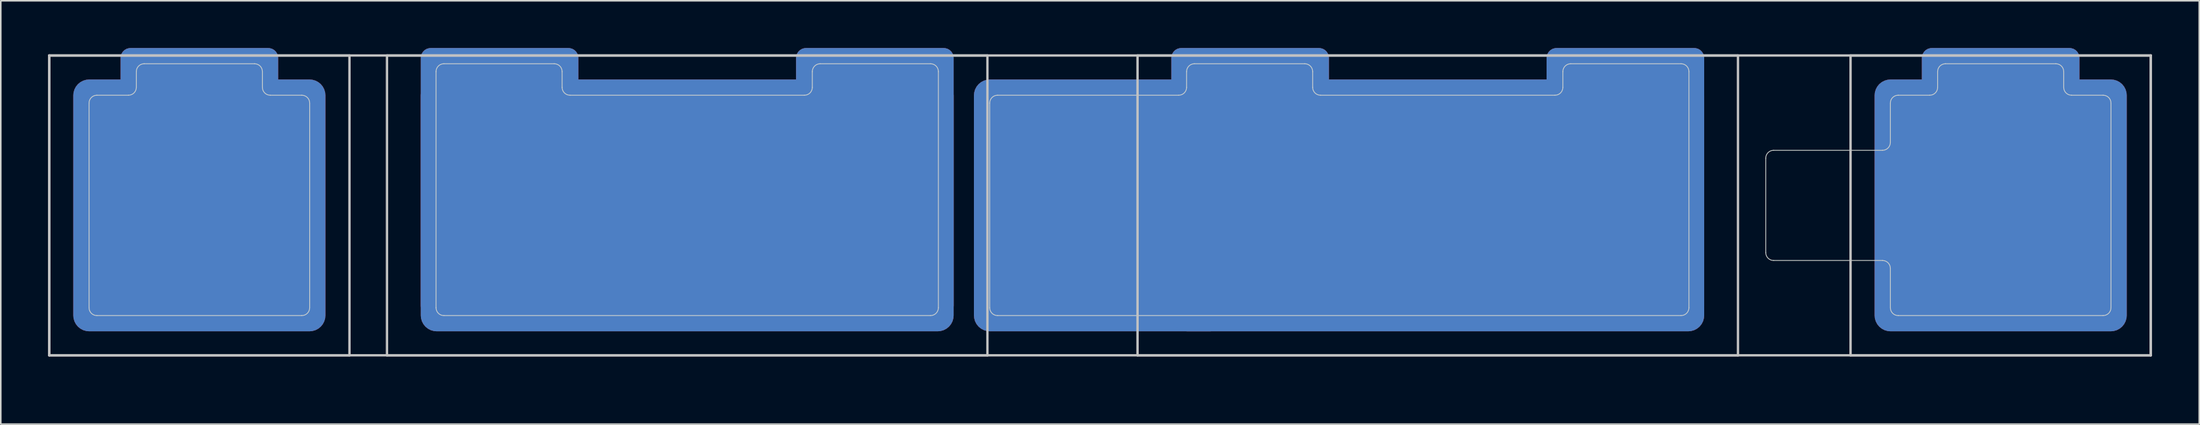
<source format=kicad_pcb>
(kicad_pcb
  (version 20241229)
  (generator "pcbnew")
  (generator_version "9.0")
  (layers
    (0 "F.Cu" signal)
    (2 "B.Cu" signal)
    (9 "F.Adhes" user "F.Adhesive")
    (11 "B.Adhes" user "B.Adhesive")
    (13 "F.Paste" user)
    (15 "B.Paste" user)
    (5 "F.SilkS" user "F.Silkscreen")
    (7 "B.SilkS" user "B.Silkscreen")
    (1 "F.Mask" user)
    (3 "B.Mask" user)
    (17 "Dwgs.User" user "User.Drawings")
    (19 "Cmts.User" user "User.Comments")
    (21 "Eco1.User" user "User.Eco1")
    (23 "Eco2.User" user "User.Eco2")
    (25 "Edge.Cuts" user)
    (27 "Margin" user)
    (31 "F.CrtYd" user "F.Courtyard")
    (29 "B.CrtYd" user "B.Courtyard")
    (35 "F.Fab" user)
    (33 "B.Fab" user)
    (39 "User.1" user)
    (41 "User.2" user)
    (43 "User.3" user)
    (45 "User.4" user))
  (footprint "MX_Cutout_7u_1u-2.25u-2.75u-1u"
    (layer "F.Cu")
    (at 66.75 10)
    (property "Reference" "MX_Cutout_7u_1u-2.25u-2.75u-1u" (at 0.25 10.05 0) (layer "Eco2.User") (effects (font (size 1 1) (thickness 0.15))))
    (fp_line (start -66.675 -9.525) (end -66.675 9.525) (stroke (width 0.15) (type solid)) (layer "Dwgs.User"))
    (fp_line (start -66.675 -9.525) (end -47.625 -9.525) (stroke (width 0.15) (type solid)) (layer "Dwgs.User"))
    (fp_line (start -66.675 -9.525) (end 66.675 -9.525) (stroke (width 0.15) (type solid)) (layer "Dwgs.User"))
    (fp_line (start -66.675 9.525) (end -66.675 -9.525) (stroke (width 0.15) (type solid)) (layer "Dwgs.User"))
    (fp_line (start -66.675 9.525) (end 66.675 9.525) (stroke (width 0.15) (type solid)) (layer "Dwgs.User"))
    (fp_line (start -47.625 -9.525) (end -47.625 9.525) (stroke (width 0.15) (type solid)) (layer "Dwgs.User"))
    (fp_line (start -47.625 9.525) (end -66.675 9.525) (stroke (width 0.15) (type solid)) (layer "Dwgs.User"))
    (fp_line (start -45.244 9.525) (end -45.244 -9.525) (stroke (width 0.15) (type solid)) (layer "Dwgs.User"))
    (fp_line (start -7.144 -9.525) (end -45.244 -9.525) (stroke (width 0.15) (type solid)) (layer "Dwgs.User"))
    (fp_line (start -7.144 9.525) (end -45.244 9.525) (stroke (width 0.15) (type solid)) (layer "Dwgs.User"))
    (fp_line (start -7.144 9.525) (end -7.144 -9.525) (stroke (width 0.15) (type solid)) (layer "Dwgs.User"))
    (fp_line (start 2.381 9.525) (end 2.381 -9.525) (stroke (width 0.15) (type solid)) (layer "Dwgs.User"))
    (fp_line (start 40.481 -9.525) (end 2.381 -9.525) (stroke (width 0.15) (type solid)) (layer "Dwgs.User"))
    (fp_line (start 40.481 9.525) (end 2.381 9.525) (stroke (width 0.15) (type solid)) (layer "Dwgs.User"))
    (fp_line (start 40.481 9.525) (end 40.481 -9.525) (stroke (width 0.15) (type solid)) (layer "Dwgs.User"))
    (fp_line (start 47.625 -9.525) (end 66.675 -9.525) (stroke (width 0.15) (type solid)) (layer "Dwgs.User"))
    (fp_line (start 47.625 9.525) (end 47.625 -9.525) (stroke (width 0.15) (type solid)) (layer "Dwgs.User"))
    (fp_line (start 66.675 -9.525) (end 66.675 9.525) (stroke (width 0.15) (type solid)) (layer "Dwgs.User"))
    (fp_line (start 66.675 -9.525) (end 66.675 9.525) (stroke (width 0.15) (type solid)) (layer "Dwgs.User"))
    (fp_line (start 66.675 9.525) (end 47.625 9.525) (stroke (width 0.15) (type solid)) (layer "Dwgs.User"))
    (fp_line (start -64.15 -6.5) (end -64.15 6.5) (stroke (width 0.05) (type solid)) (layer "Edge.Cuts"))
    (fp_line (start -63.65 7) (end -50.65 7) (stroke (width 0.05) (type solid)) (layer "Edge.Cuts"))
    (fp_line (start -61.65 -7) (end -63.65 -7) (stroke (width 0.05) (type solid)) (layer "Edge.Cuts"))
    (fp_line (start -61.15 -8.5) (end -61.15 -7.5) (stroke (width 0.05) (type solid)) (layer "Edge.Cuts"))
    (fp_line (start -53.65 -9) (end -60.65 -9) (stroke (width 0.05) (type solid)) (layer "Edge.Cuts"))
    (fp_line (start -53.15 -7.5) (end -53.15 -8.5) (stroke (width 0.05) (type solid)) (layer "Edge.Cuts"))
    (fp_line (start -50.65 -7) (end -52.65 -7) (stroke (width 0.05) (type solid)) (layer "Edge.Cuts"))
    (fp_line (start -50.15 6.5) (end -50.15 -6.5) (stroke (width 0.05) (type solid)) (layer "Edge.Cuts"))
    (fp_line (start -42.132 -8.5) (end -42.132 6.5) (stroke (width 0.05) (type solid)) (layer "Edge.Cuts"))
    (fp_line (start -41.632 7) (end -10.756 7) (stroke (width 0.05) (type solid)) (layer "Edge.Cuts"))
    (fp_line (start -34.632 -9) (end -41.632 -9) (stroke (width 0.05) (type solid)) (layer "Edge.Cuts"))
    (fp_line (start -34.132 -7.5) (end -34.132 -8.5) (stroke (width 0.05) (type solid)) (layer "Edge.Cuts"))
    (fp_line (start -18.756 -7) (end -33.632 -7) (stroke (width 0.05) (type solid)) (layer "Edge.Cuts"))
    (fp_line (start -18.256 -8.5) (end -18.256 -7.5) (stroke (width 0.05) (type solid)) (layer "Edge.Cuts"))
    (fp_line (start -10.756 -9) (end -17.756 -9) (stroke (width 0.05) (type solid)) (layer "Edge.Cuts"))
    (fp_line (start -10.256 6.5) (end -10.256 -8.5) (stroke (width 0.05) (type solid)) (layer "Edge.Cuts"))
    (fp_line (start -7 -6.5) (end -7 6.5) (stroke (width 0.05) (type solid)) (layer "Edge.Cuts"))
    (fp_line (start -6.5 7) (end 36.869 7) (stroke (width 0.05) (type solid)) (layer "Edge.Cuts"))
    (fp_line (start 4.993 -7) (end -6.5 -7) (stroke (width 0.05) (type solid)) (layer "Edge.Cuts"))
    (fp_line (start 5.493 -8.5) (end 5.493 -7.5) (stroke (width 0.05) (type solid)) (layer "Edge.Cuts"))
    (fp_line (start 12.993 -9) (end 5.993 -9) (stroke (width 0.05) (type solid)) (layer "Edge.Cuts"))
    (fp_line (start 13.493 -7.5) (end 13.493 -8.5) (stroke (width 0.05) (type solid)) (layer "Edge.Cuts"))
    (fp_line (start 28.869 -7) (end 13.993 -7) (stroke (width 0.05) (type solid)) (layer "Edge.Cuts"))
    (fp_line (start 29.369 -8.5) (end 29.369 -7.5) (stroke (width 0.05) (type solid)) (layer "Edge.Cuts"))
    (fp_line (start 36.869 -9) (end 29.869 -9) (stroke (width 0.05) (type solid)) (layer "Edge.Cuts"))
    (fp_line (start 37.369 6.5) (end 37.369 -8.5) (stroke (width 0.05) (type solid)) (layer "Edge.Cuts"))
    (fp_line (start 42.244 3) (end 42.244 -3) (stroke (width 0.05) (type solid)) (layer "Edge.Cuts"))
    (fp_line (start 42.744 -3.5) (end 49.65 -3.5) (stroke (width 0.05) (type solid)) (layer "Edge.Cuts"))
    (fp_line (start 49.65 3.5) (end 42.744 3.5) (stroke (width 0.05) (type solid)) (layer "Edge.Cuts"))
    (fp_line (start 50.15 -4) (end 50.15 -6.5) (stroke (width 0.05) (type solid)) (layer "Edge.Cuts"))
    (fp_line (start 50.15 6.5) (end 50.15 4) (stroke (width 0.05) (type solid)) (layer "Edge.Cuts"))
    (fp_line (start 50.65 -7) (end 52.65 -7) (stroke (width 0.05) (type solid)) (layer "Edge.Cuts"))
    (fp_line (start 53.15 -7.5) (end 53.15 -8.5) (stroke (width 0.05) (type solid)) (layer "Edge.Cuts"))
    (fp_line (start 53.65 -9) (end 60.65 -9) (stroke (width 0.05) (type solid)) (layer "Edge.Cuts"))
    (fp_line (start 61.15 -8.5) (end 61.15 -7.5) (stroke (width 0.05) (type solid)) (layer "Edge.Cuts"))
    (fp_line (start 61.65 -7) (end 63.65 -7) (stroke (width 0.05) (type solid)) (layer "Edge.Cuts"))
    (fp_line (start 63.65 7) (end 50.65 7) (stroke (width 0.05) (type solid)) (layer "Edge.Cuts"))
    (fp_line (start 64.15 -6.5) (end 64.15 6.5) (stroke (width 0.05) (type solid)) (layer "Edge.Cuts"))
    (fp_arc (start -64.15 -6.5) (mid -64.003553 -6.853553) (end -63.65 -7) (stroke (width 0.05) (type solid)) (layer "Edge.Cuts"))
    (fp_arc (start -63.65 7) (mid -64.003553 6.853553) (end -64.15 6.5) (stroke (width 0.05) (type solid)) (layer "Edge.Cuts"))
    (fp_arc (start -61.15 -8.5) (mid -61.003553 -8.853553) (end -60.65 -9) (stroke (width 0.05) (type solid)) (layer "Edge.Cuts"))
    (fp_arc (start -61.15 -7.5) (mid -61.296447 -7.146447) (end -61.65 -7) (stroke (width 0.05) (type solid)) (layer "Edge.Cuts"))
    (fp_arc (start -53.65 -9) (mid -53.296447 -8.853553) (end -53.15 -8.5) (stroke (width 0.05) (type solid)) (layer "Edge.Cuts"))
    (fp_arc (start -52.65 -7) (mid -53.003553 -7.146447) (end -53.15 -7.5) (stroke (width 0.05) (type solid)) (layer "Edge.Cuts"))
    (fp_arc (start -50.65 -7) (mid -50.296447 -6.853553) (end -50.15 -6.5) (stroke (width 0.05) (type solid)) (layer "Edge.Cuts"))
    (fp_arc (start -50.15 6.5) (mid -50.296447 6.853553) (end -50.65 7) (stroke (width 0.05) (type solid)) (layer "Edge.Cuts"))
    (fp_arc (start -42.13175 -8.5) (mid -41.985303 -8.853553) (end -41.63175 -9) (stroke (width 0.05) (type solid)) (layer "Edge.Cuts"))
    (fp_arc (start -41.63175 7) (mid -41.985303 6.853553) (end -42.13175 6.5) (stroke (width 0.05) (type solid)) (layer "Edge.Cuts"))
    (fp_arc (start -34.63175 -9) (mid -34.278197 -8.853553) (end -34.13175 -8.5) (stroke (width 0.05) (type solid)) (layer "Edge.Cuts"))
    (fp_arc (start -33.63175 -7) (mid -33.985303 -7.146447) (end -34.13175 -7.5) (stroke (width 0.05) (type solid)) (layer "Edge.Cuts"))
    (fp_arc (start -18.25575 -8.5) (mid -18.109303 -8.853553) (end -17.75575 -9) (stroke (width 0.05) (type solid)) (layer "Edge.Cuts"))
    (fp_arc (start -18.25575 -7.5) (mid -18.402197 -7.146447) (end -18.75575 -7) (stroke (width 0.05) (type solid)) (layer "Edge.Cuts"))
    (fp_arc (start -10.75575 -9) (mid -10.402197 -8.853553) (end -10.25575 -8.5) (stroke (width 0.05) (type solid)) (layer "Edge.Cuts"))
    (fp_arc (start -10.25575 6.5) (mid -10.402197 6.853553) (end -10.75575 7) (stroke (width 0.05) (type solid)) (layer "Edge.Cuts"))
    (fp_arc (start -7 -6.5) (mid -6.853553 -6.853553) (end -6.5 -7) (stroke (width 0.05) (type solid)) (layer "Edge.Cuts"))
    (fp_arc (start -6.5 7) (mid -6.853553 6.853553) (end -7 6.5) (stroke (width 0.05) (type solid)) (layer "Edge.Cuts"))
    (fp_arc (start 5.49325 -8.5) (mid 5.639697 -8.853553) (end 5.99325 -9) (stroke (width 0.05) (type solid)) (layer "Edge.Cuts"))
    (fp_arc (start 5.49325 -7.5) (mid 5.346803 -7.146447) (end 4.99325 -7) (stroke (width 0.05) (type solid)) (layer "Edge.Cuts"))
    (fp_arc (start 12.99325 -9) (mid 13.346803 -8.853553) (end 13.49325 -8.5) (stroke (width 0.05) (type solid)) (layer "Edge.Cuts"))
    (fp_arc (start 13.99325 -7) (mid 13.639697 -7.146447) (end 13.49325 -7.5) (stroke (width 0.05) (type solid)) (layer "Edge.Cuts"))
    (fp_arc (start 29.36925 -8.5) (mid 29.515697 -8.853553) (end 29.86925 -9) (stroke (width 0.05) (type solid)) (layer "Edge.Cuts"))
    (fp_arc (start 29.36925 -7.5) (mid 29.222803 -7.146447) (end 28.86925 -7) (stroke (width 0.05) (type solid)) (layer "Edge.Cuts"))
    (fp_arc (start 36.86925 -9) (mid 37.222803 -8.853553) (end 37.36925 -8.5) (stroke (width 0.05) (type solid)) (layer "Edge.Cuts"))
    (fp_arc (start 37.36925 6.5) (mid 37.222803 6.853553) (end 36.86925 7) (stroke (width 0.05) (type solid)) (layer "Edge.Cuts"))
    (fp_arc (start 42.24375 -3) (mid 42.390197 -3.353553) (end 42.74375 -3.5) (stroke (width 0.05) (type solid)) (layer "Edge.Cuts"))
    (fp_arc (start 42.74375 3.5) (mid 42.390197 3.353553) (end 42.24375 3) (stroke (width 0.05) (type solid)) (layer "Edge.Cuts"))
    (fp_arc (start 49.65 3.5) (mid 50.003553 3.646447) (end 50.15 4) (stroke (width 0.05) (type solid)) (layer "Edge.Cuts"))
    (fp_arc (start 50.15 -6.5) (mid 50.296447 -6.853553) (end 50.65 -7) (stroke (width 0.05) (type solid)) (layer "Edge.Cuts"))
    (fp_arc (start 50.15 -4) (mid 50.003553 -3.646447) (end 49.65 -3.5) (stroke (width 0.05) (type solid)) (layer "Edge.Cuts"))
    (fp_arc (start 50.65 7) (mid 50.296447 6.853553) (end 50.15 6.5) (stroke (width 0.05) (type solid)) (layer "Edge.Cuts"))
    (fp_arc (start 53.15 -8.5) (mid 53.296447 -8.853553) (end 53.65 -9) (stroke (width 0.05) (type solid)) (layer "Edge.Cuts"))
    (fp_arc (start 53.15 -7.5) (mid 53.003553 -7.146447) (end 52.65 -7) (stroke (width 0.05) (type solid)) (layer "Edge.Cuts"))
    (fp_arc (start 60.65 -9) (mid 61.003553 -8.853553) (end 61.15 -8.5) (stroke (width 0.05) (type solid)) (layer "Edge.Cuts"))
    (fp_arc (start 61.65 -7) (mid 61.296447 -7.146447) (end 61.15 -7.5) (stroke (width 0.05) (type solid)) (layer "Edge.Cuts"))
    (fp_arc (start 63.65 -7) (mid 64.003553 -6.853553) (end 64.15 -6.5) (stroke (width 0.05) (type solid)) (layer "Edge.Cuts"))
    (fp_arc (start 64.15 6.5) (mid 64.003553 6.853553) (end 63.65 7) (stroke (width 0.05) (type solid)) (layer "Edge.Cuts"))
    (pad "1" smd roundrect (at -57.15 -1.5 180) (size 10 17) (layers "F.Cu" "F.Mask") (roundrect_rratio 0.063))
    (pad "1" smd roundrect (at -57.15 -1.5 180) (size 10 17) (layers "B.Cu" "B.Mask") (roundrect_rratio 0.063))
    (pad "1" smd roundrect (at -57.15 0 180) (size 16 16) (layers "F.Cu" "F.Mask") (roundrect_rratio 0.063))
    (pad "1" smd roundrect (at -57.15 0 180) (size 16 16) (layers "B.Cu" "B.Mask") (roundrect_rratio 0.063))
    (pad "1" smd roundrect (at -38.1 -1.5) (size 10 17) (layers "F.Cu" "F.Mask") (roundrect_rratio 0.063))
    (pad "1" smd roundrect (at -38.1 -1.5) (size 10 17) (layers "B.Cu" "B.Mask") (roundrect_rratio 0.063))
    (pad "1" smd roundrect (at -26.194 0) (size 33.812 16) (layers "F.Cu" "F.Mask") (roundrect_rratio 0.063))
    (pad "1" smd roundrect (at -26.194 0) (size 33.812 16) (layers "B.Cu" "B.Mask") (roundrect_rratio 0.063))
    (pad "1" smd roundrect (at -14.287 -1.5) (size 10 17) (layers "F.Cu" "F.Mask") (roundrect_rratio 0.063))
    (pad "1" smd roundrect (at -14.287 -1.5) (size 10 17) (layers "B.Cu" "B.Mask") (roundrect_rratio 0.063))
    (pad "1" smd roundrect (at 0 0 180) (size 16 16) (layers "F.Cu" "F.Mask") (roundrect_rratio 0.063))
    (pad "1" smd roundrect (at 0 0 180) (size 16 16) (layers "B.Cu" "B.Mask") (roundrect_rratio 0.063))
    (pad "1" smd roundrect (at 9.525 -1.5) (size 10 17) (layers "F.Cu" "F.Mask") (roundrect_rratio 0.063))
    (pad "1" smd roundrect (at 9.525 -1.5) (size 10 17) (layers "B.Cu" "B.Mask") (roundrect_rratio 0.063))
    (pad "1" smd roundrect (at 21.431 0) (size 33.812 16) (layers "F.Cu" "F.Mask") (roundrect_rratio 0.063))
    (pad "1" smd roundrect (at 21.431 0) (size 33.812 16) (layers "B.Cu" "B.Mask") (roundrect_rratio 0.063))
    (pad "1" smd roundrect (at 33.337 -1.5) (size 10 17) (layers "F.Cu" "F.Mask") (roundrect_rratio 0.063))
    (pad "1" smd roundrect (at 33.337 -1.5) (size 10 17) (layers "B.Cu" "B.Mask") (roundrect_rratio 0.063))
    (pad "1" smd roundrect (at 57.15 -1.5 180) (size 10 17) (layers "F.Cu" "F.Mask") (roundrect_rratio 0.063))
    (pad "1" smd roundrect (at 57.15 -1.5 180) (size 10 17) (layers "B.Cu" "B.Mask") (roundrect_rratio 0.063))
    (pad "1" smd roundrect (at 57.15 0 180) (size 16 16) (layers "F.Cu" "F.Mask") (roundrect_rratio 0.063))
    (pad "1" smd roundrect (at 57.15 0 180) (size 16 16) (layers "B.Cu" "B.Mask") (roundrect_rratio 0.063)))
  (gr_rect
    (start -3 -3)
    (end 136.5 23.898)
    (stroke (width 0.1) (type default))
    (fill no)
    (layer "Edge.Cuts")))
</source>
